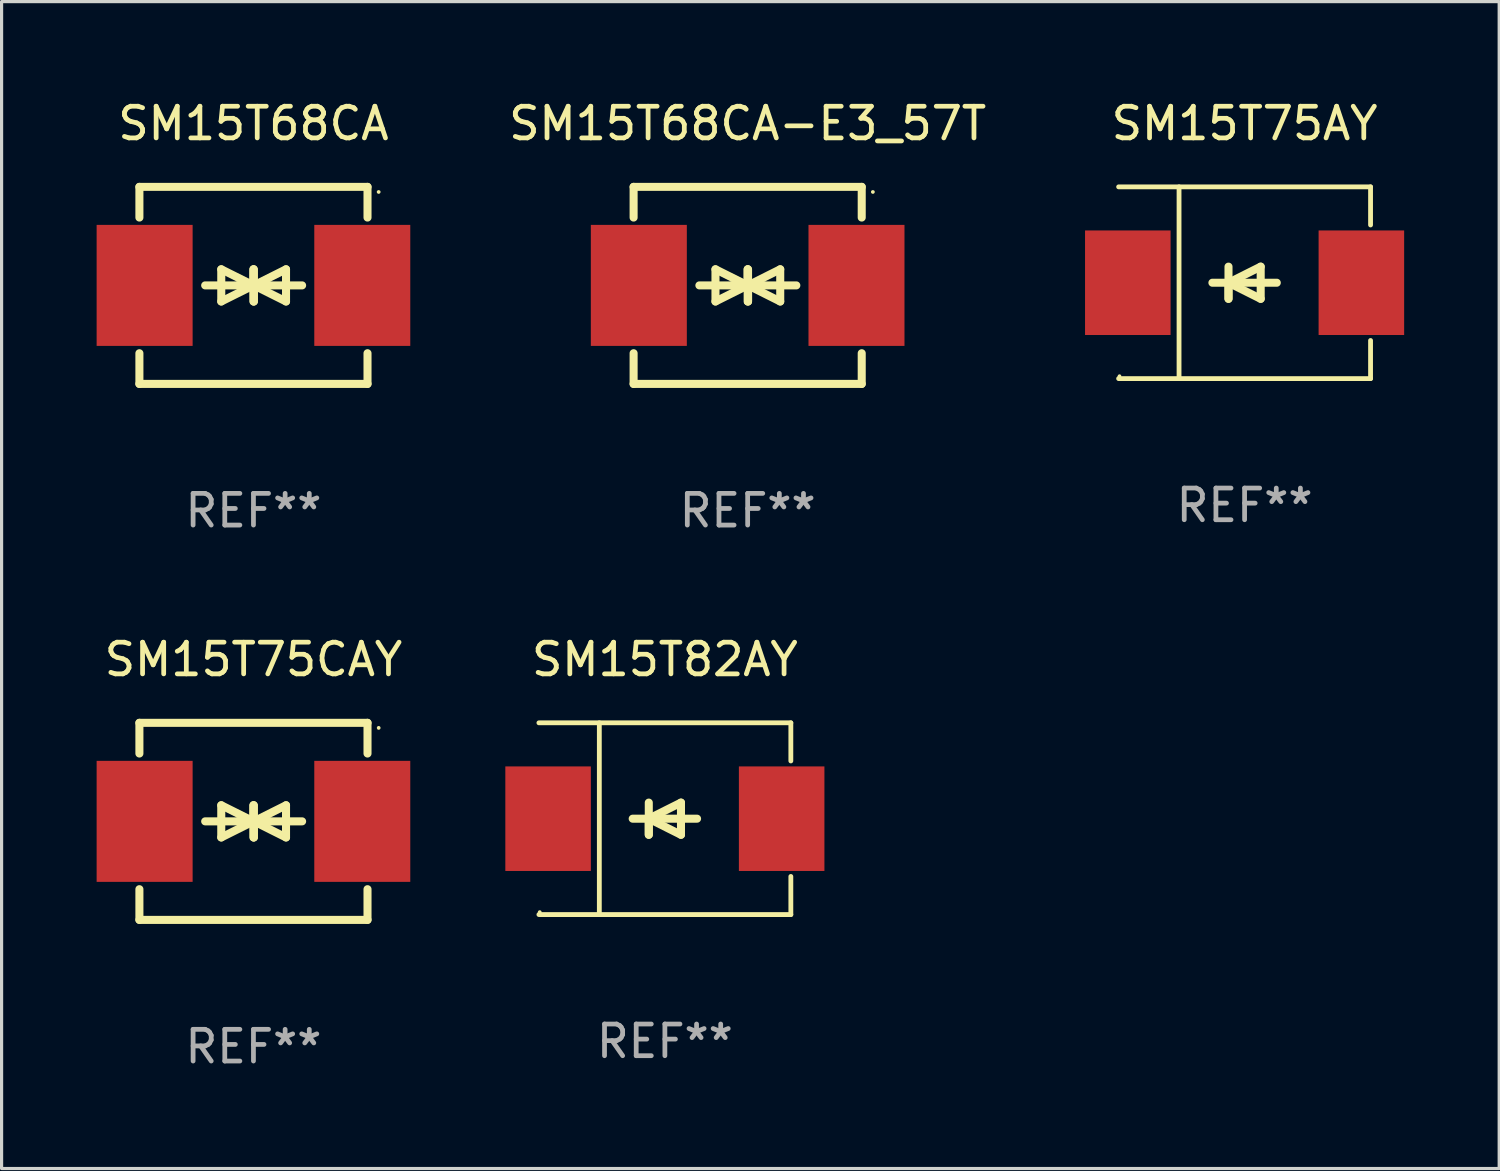
<source format=kicad_pcb>
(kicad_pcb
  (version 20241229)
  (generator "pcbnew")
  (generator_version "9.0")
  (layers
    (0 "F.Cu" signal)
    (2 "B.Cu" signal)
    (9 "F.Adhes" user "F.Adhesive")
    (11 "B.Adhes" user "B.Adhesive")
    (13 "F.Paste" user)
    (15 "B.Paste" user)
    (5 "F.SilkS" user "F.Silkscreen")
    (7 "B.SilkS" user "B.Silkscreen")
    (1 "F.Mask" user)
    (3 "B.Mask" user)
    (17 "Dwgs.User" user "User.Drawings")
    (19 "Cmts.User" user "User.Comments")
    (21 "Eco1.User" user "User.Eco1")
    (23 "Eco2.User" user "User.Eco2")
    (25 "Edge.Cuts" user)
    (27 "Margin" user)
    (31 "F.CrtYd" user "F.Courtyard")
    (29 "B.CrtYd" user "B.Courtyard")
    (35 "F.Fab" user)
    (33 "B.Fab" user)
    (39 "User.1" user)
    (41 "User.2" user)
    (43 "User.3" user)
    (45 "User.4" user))
  (footprint "SM15T68CA"
    (layer "F.Cu")
    (at 4.95 5.958)
    (property "Reference" "SM15T68CA" (at 0 -5.11 0) (layer "F.SilkS") (effects (font (size 1 1) (thickness 0.15))))
    (attr through_hole)
    (fp_line (start -3.6 -2.141) (end -3.6 -3.11) (stroke (width 0.254) (type solid)) (layer "F.SilkS"))
    (fp_line (start -3.6 3.11) (end -3.6 2.141) (stroke (width 0.254) (type solid)) (layer "F.SilkS"))
    (fp_line (start -1.524 0) (end 0.508 0) (stroke (width 0.254) (type solid)) (layer "F.SilkS"))
    (fp_line (start -1.016 -0.508) (end -1.016 0.508) (stroke (width 0.254) (type solid)) (layer "F.SilkS"))
    (fp_line (start -1.016 0.508) (end 0 0) (stroke (width 0.254) (type solid)) (layer "F.SilkS"))
    (fp_line (start 0 -0.508) (end 0 0.508) (stroke (width 0.254) (type solid)) (layer "F.SilkS"))
    (fp_line (start 0 0) (end -1.016 -0.508) (stroke (width 0.254) (type solid)) (layer "F.SilkS"))
    (fp_line (start 0 0) (end 0 -0.508) (stroke (width 0.254) (type solid)) (layer "F.SilkS"))
    (fp_line (start 0.012 0) (end 0.012 0.508) (stroke (width 0.254) (type solid)) (layer "F.SilkS"))
    (fp_line (start 0.012 0) (end 1.028 0.508) (stroke (width 0.254) (type solid)) (layer "F.SilkS"))
    (fp_line (start 0.012 0.508) (end 0.012 -0.508) (stroke (width 0.254) (type solid)) (layer "F.SilkS"))
    (fp_line (start 1.028 -0.508) (end 0.012 0) (stroke (width 0.254) (type solid)) (layer "F.SilkS"))
    (fp_line (start 1.028 0.508) (end 1.028 -0.508) (stroke (width 0.254) (type solid)) (layer "F.SilkS"))
    (fp_line (start 1.536 0) (end -0.496 0) (stroke (width 0.254) (type solid)) (layer "F.SilkS"))
    (fp_line (start 3.6 -3.11) (end -3.6 -3.11) (stroke (width 0.254) (type solid)) (layer "F.SilkS"))
    (fp_line (start 3.6 -2.141) (end 3.6 -3.11) (stroke (width 0.254) (type solid)) (layer "F.SilkS"))
    (fp_line (start 3.6 3.11) (end -3.6 3.11) (stroke (width 0.254) (type solid)) (layer "F.SilkS"))
    (fp_line (start 3.6 3.11) (end 3.6 2.141) (stroke (width 0.254) (type solid)) (layer "F.SilkS"))
    (fp_circle (center 3.952 -2.95) (end 3.982 -2.95) (stroke (width 0.06) (type solid)) (fill no) (layer "F.SilkS"))
    (fp_text user "REF**" (at 0 7.11 0) (layer "F.Fab") (effects (font (size 1 1) (thickness 0.15))))
    (pad "1" smd rect (at 3.435 0) (size 3.03 3.82) (layers "F.Cu" "F.Mask" "F.Paste"))
    (pad "2" smd rect (at -3.435 0) (size 3.03 3.82) (layers "F.Cu" "F.Mask" "F.Paste")))
  (footprint "SM15T82AY"
    (layer "F.Cu")
    (at 17.936 22.791)
    (property "Reference" "SM15T82AY" (at 0 -5.026 0) (layer "F.SilkS") (effects (font (size 1 1) (thickness 0.15))))
    (attr through_hole)
    (fp_line (start -3.976 -3.026) (end 3.976 -3.026) (stroke (width 0.152) (type solid)) (layer "F.SilkS"))
    (fp_line (start -3.976 3.026) (end 3.976 3.026) (stroke (width 0.152) (type solid)) (layer "F.SilkS"))
    (fp_line (start -2.069 -3.026) (end -2.069 3.026) (stroke (width 0.152) (type solid)) (layer "F.SilkS"))
    (fp_line (start -0.508 0) (end -0.508 0.508) (stroke (width 0.254) (type solid)) (layer "F.SilkS"))
    (fp_line (start -0.508 0) (end 0.508 0.508) (stroke (width 0.254) (type solid)) (layer "F.SilkS"))
    (fp_line (start -0.508 0.508) (end -0.508 -0.508) (stroke (width 0.254) (type solid)) (layer "F.SilkS"))
    (fp_line (start 0.508 -0.508) (end -0.508 0) (stroke (width 0.254) (type solid)) (layer "F.SilkS"))
    (fp_line (start 0.508 0.508) (end 0.508 -0.508) (stroke (width 0.254) (type solid)) (layer "F.SilkS"))
    (fp_line (start 1.016 0) (end -1.016 0) (stroke (width 0.254) (type solid)) (layer "F.SilkS"))
    (fp_line (start 3.976 -3.026) (end 3.976 -1.823) (stroke (width 0.152) (type solid)) (layer "F.SilkS"))
    (fp_line (start 3.976 3.026) (end 3.976 1.823) (stroke (width 0.152) (type solid)) (layer "F.SilkS"))
    (fp_circle (center -3.95 2.95) (end -3.92 2.95) (stroke (width 0.06) (type solid)) (fill no) (layer "F.SilkS"))
    (fp_text user "REF**" (at 0 7.026 0) (layer "F.Fab") (effects (font (size 1 1) (thickness 0.15))))
    (pad "1" smd rect (at -3.686 0) (size 2.7 3.3) (layers "F.Cu" "F.Mask" "F.Paste"))
    (pad "2" smd rect (at 3.686 0) (size 2.7 3.3) (layers "F.Cu" "F.Mask" "F.Paste")))
  (footprint "SM15T75AY"
    (layer "F.Cu")
    (at 36.234 5.874)
    (property "Reference" "SM15T75AY" (at 0 -5.026 0) (layer "F.SilkS") (effects (font (size 1 1) (thickness 0.15))))
    (attr through_hole)
    (fp_line (start -3.976 -3.026) (end 3.976 -3.026) (stroke (width 0.152) (type solid)) (layer "F.SilkS"))
    (fp_line (start -3.976 3.026) (end 3.976 3.026) (stroke (width 0.152) (type solid)) (layer "F.SilkS"))
    (fp_line (start -2.069 -3.026) (end -2.069 3.026) (stroke (width 0.152) (type solid)) (layer "F.SilkS"))
    (fp_line (start -0.508 0) (end -0.508 0.508) (stroke (width 0.254) (type solid)) (layer "F.SilkS"))
    (fp_line (start -0.508 0) (end 0.508 0.508) (stroke (width 0.254) (type solid)) (layer "F.SilkS"))
    (fp_line (start -0.508 0.508) (end -0.508 -0.508) (stroke (width 0.254) (type solid)) (layer "F.SilkS"))
    (fp_line (start 0.508 -0.508) (end -0.508 0) (stroke (width 0.254) (type solid)) (layer "F.SilkS"))
    (fp_line (start 0.508 0.508) (end 0.508 -0.508) (stroke (width 0.254) (type solid)) (layer "F.SilkS"))
    (fp_line (start 1.016 0) (end -1.016 0) (stroke (width 0.254) (type solid)) (layer "F.SilkS"))
    (fp_line (start 3.976 -3.026) (end 3.976 -1.823) (stroke (width 0.152) (type solid)) (layer "F.SilkS"))
    (fp_line (start 3.976 3.026) (end 3.976 1.823) (stroke (width 0.152) (type solid)) (layer "F.SilkS"))
    (fp_circle (center -3.95 2.95) (end -3.92 2.95) (stroke (width 0.06) (type solid)) (fill no) (layer "F.SilkS"))
    (fp_text user "REF**" (at 0 7.026 0) (layer "F.Fab") (effects (font (size 1 1) (thickness 0.15))))
    (pad "1" smd rect (at -3.686 0) (size 2.7 3.3) (layers "F.Cu" "F.Mask" "F.Paste"))
    (pad "2" smd rect (at 3.686 0) (size 2.7 3.3) (layers "F.Cu" "F.Mask" "F.Paste")))
  (footprint "SM15T68CA-E3_57T"
    (layer "F.Cu")
    (at 20.549 5.958)
    (property "Reference" "SM15T68CA-E3_57T" (at 0 -5.11 0) (layer "F.SilkS") (effects (font (size 1 1) (thickness 0.15))))
    (attr through_hole)
    (fp_line (start -3.6 -2.141) (end -3.6 -3.11) (stroke (width 0.254) (type solid)) (layer "F.SilkS"))
    (fp_line (start -3.6 3.11) (end -3.6 2.141) (stroke (width 0.254) (type solid)) (layer "F.SilkS"))
    (fp_line (start -1.524 0) (end 0.508 0) (stroke (width 0.254) (type solid)) (layer "F.SilkS"))
    (fp_line (start -1.016 -0.508) (end -1.016 0.508) (stroke (width 0.254) (type solid)) (layer "F.SilkS"))
    (fp_line (start -1.016 0.508) (end 0 0) (stroke (width 0.254) (type solid)) (layer "F.SilkS"))
    (fp_line (start 0 -0.508) (end 0 0.508) (stroke (width 0.254) (type solid)) (layer "F.SilkS"))
    (fp_line (start 0 0) (end -1.016 -0.508) (stroke (width 0.254) (type solid)) (layer "F.SilkS"))
    (fp_line (start 0 0) (end 0 -0.508) (stroke (width 0.254) (type solid)) (layer "F.SilkS"))
    (fp_line (start 0.012 0) (end 0.012 0.508) (stroke (width 0.254) (type solid)) (layer "F.SilkS"))
    (fp_line (start 0.012 0) (end 1.028 0.508) (stroke (width 0.254) (type solid)) (layer "F.SilkS"))
    (fp_line (start 0.012 0.508) (end 0.012 -0.508) (stroke (width 0.254) (type solid)) (layer "F.SilkS"))
    (fp_line (start 1.028 -0.508) (end 0.012 0) (stroke (width 0.254) (type solid)) (layer "F.SilkS"))
    (fp_line (start 1.028 0.508) (end 1.028 -0.508) (stroke (width 0.254) (type solid)) (layer "F.SilkS"))
    (fp_line (start 1.536 0) (end -0.496 0) (stroke (width 0.254) (type solid)) (layer "F.SilkS"))
    (fp_line (start 3.6 -3.11) (end -3.6 -3.11) (stroke (width 0.254) (type solid)) (layer "F.SilkS"))
    (fp_line (start 3.6 -2.141) (end 3.6 -3.11) (stroke (width 0.254) (type solid)) (layer "F.SilkS"))
    (fp_line (start 3.6 3.11) (end -3.6 3.11) (stroke (width 0.254) (type solid)) (layer "F.SilkS"))
    (fp_line (start 3.6 3.11) (end 3.6 2.141) (stroke (width 0.254) (type solid)) (layer "F.SilkS"))
    (fp_circle (center 3.952 -2.95) (end 3.982 -2.95) (stroke (width 0.06) (type solid)) (fill no) (layer "F.SilkS"))
    (fp_text user "REF**" (at 0 7.11 0) (layer "F.Fab") (effects (font (size 1 1) (thickness 0.15))))
    (pad "1" smd rect (at 3.435 0) (size 3.03 3.82) (layers "F.Cu" "F.Mask" "F.Paste"))
    (pad "2" smd rect (at -3.435 0) (size 3.03 3.82) (layers "F.Cu" "F.Mask" "F.Paste")))
  (footprint "SM15T75CAY"
    (layer "F.Cu")
    (at 4.95 22.875)
    (property "Reference" "SM15T75CAY" (at 0 -5.11 0) (layer "F.SilkS") (effects (font (size 1 1) (thickness 0.15))))
    (attr through_hole)
    (fp_line (start -3.6 -2.141) (end -3.6 -3.11) (stroke (width 0.254) (type solid)) (layer "F.SilkS"))
    (fp_line (start -3.6 3.11) (end -3.6 2.141) (stroke (width 0.254) (type solid)) (layer "F.SilkS"))
    (fp_line (start -1.524 0) (end 0.508 0) (stroke (width 0.254) (type solid)) (layer "F.SilkS"))
    (fp_line (start -1.016 -0.508) (end -1.016 0.508) (stroke (width 0.254) (type solid)) (layer "F.SilkS"))
    (fp_line (start -1.016 0.508) (end 0 0) (stroke (width 0.254) (type solid)) (layer "F.SilkS"))
    (fp_line (start 0 -0.508) (end 0 0.508) (stroke (width 0.254) (type solid)) (layer "F.SilkS"))
    (fp_line (start 0 0) (end -1.016 -0.508) (stroke (width 0.254) (type solid)) (layer "F.SilkS"))
    (fp_line (start 0 0) (end 0 -0.508) (stroke (width 0.254) (type solid)) (layer "F.SilkS"))
    (fp_line (start 0.012 0) (end 0.012 0.508) (stroke (width 0.254) (type solid)) (layer "F.SilkS"))
    (fp_line (start 0.012 0) (end 1.028 0.508) (stroke (width 0.254) (type solid)) (layer "F.SilkS"))
    (fp_line (start 0.012 0.508) (end 0.012 -0.508) (stroke (width 0.254) (type solid)) (layer "F.SilkS"))
    (fp_line (start 1.028 -0.508) (end 0.012 0) (stroke (width 0.254) (type solid)) (layer "F.SilkS"))
    (fp_line (start 1.028 0.508) (end 1.028 -0.508) (stroke (width 0.254) (type solid)) (layer "F.SilkS"))
    (fp_line (start 1.536 0) (end -0.496 0) (stroke (width 0.254) (type solid)) (layer "F.SilkS"))
    (fp_line (start 3.6 -3.11) (end -3.6 -3.11) (stroke (width 0.254) (type solid)) (layer "F.SilkS"))
    (fp_line (start 3.6 -2.141) (end 3.6 -3.11) (stroke (width 0.254) (type solid)) (layer "F.SilkS"))
    (fp_line (start 3.6 3.11) (end -3.6 3.11) (stroke (width 0.254) (type solid)) (layer "F.SilkS"))
    (fp_line (start 3.6 3.11) (end 3.6 2.141) (stroke (width 0.254) (type solid)) (layer "F.SilkS"))
    (fp_circle (center 3.952 -2.95) (end 3.982 -2.95) (stroke (width 0.06) (type solid)) (fill no) (layer "F.SilkS"))
    (fp_text user "REF**" (at 0 7.11 0) (layer "F.Fab") (effects (font (size 1 1) (thickness 0.15))))
    (pad "1" smd rect (at 3.435 0) (size 3.03 3.82) (layers "F.Cu" "F.Mask" "F.Paste"))
    (pad "2" smd rect (at -3.435 0) (size 3.03 3.82) (layers "F.Cu" "F.Mask" "F.Paste")))
  (gr_rect
    (start -3 -3)
    (end 44.27 33.833)
    (stroke (width 0.1) (type default))
    (fill no)
    (layer "Edge.Cuts")))
</source>
